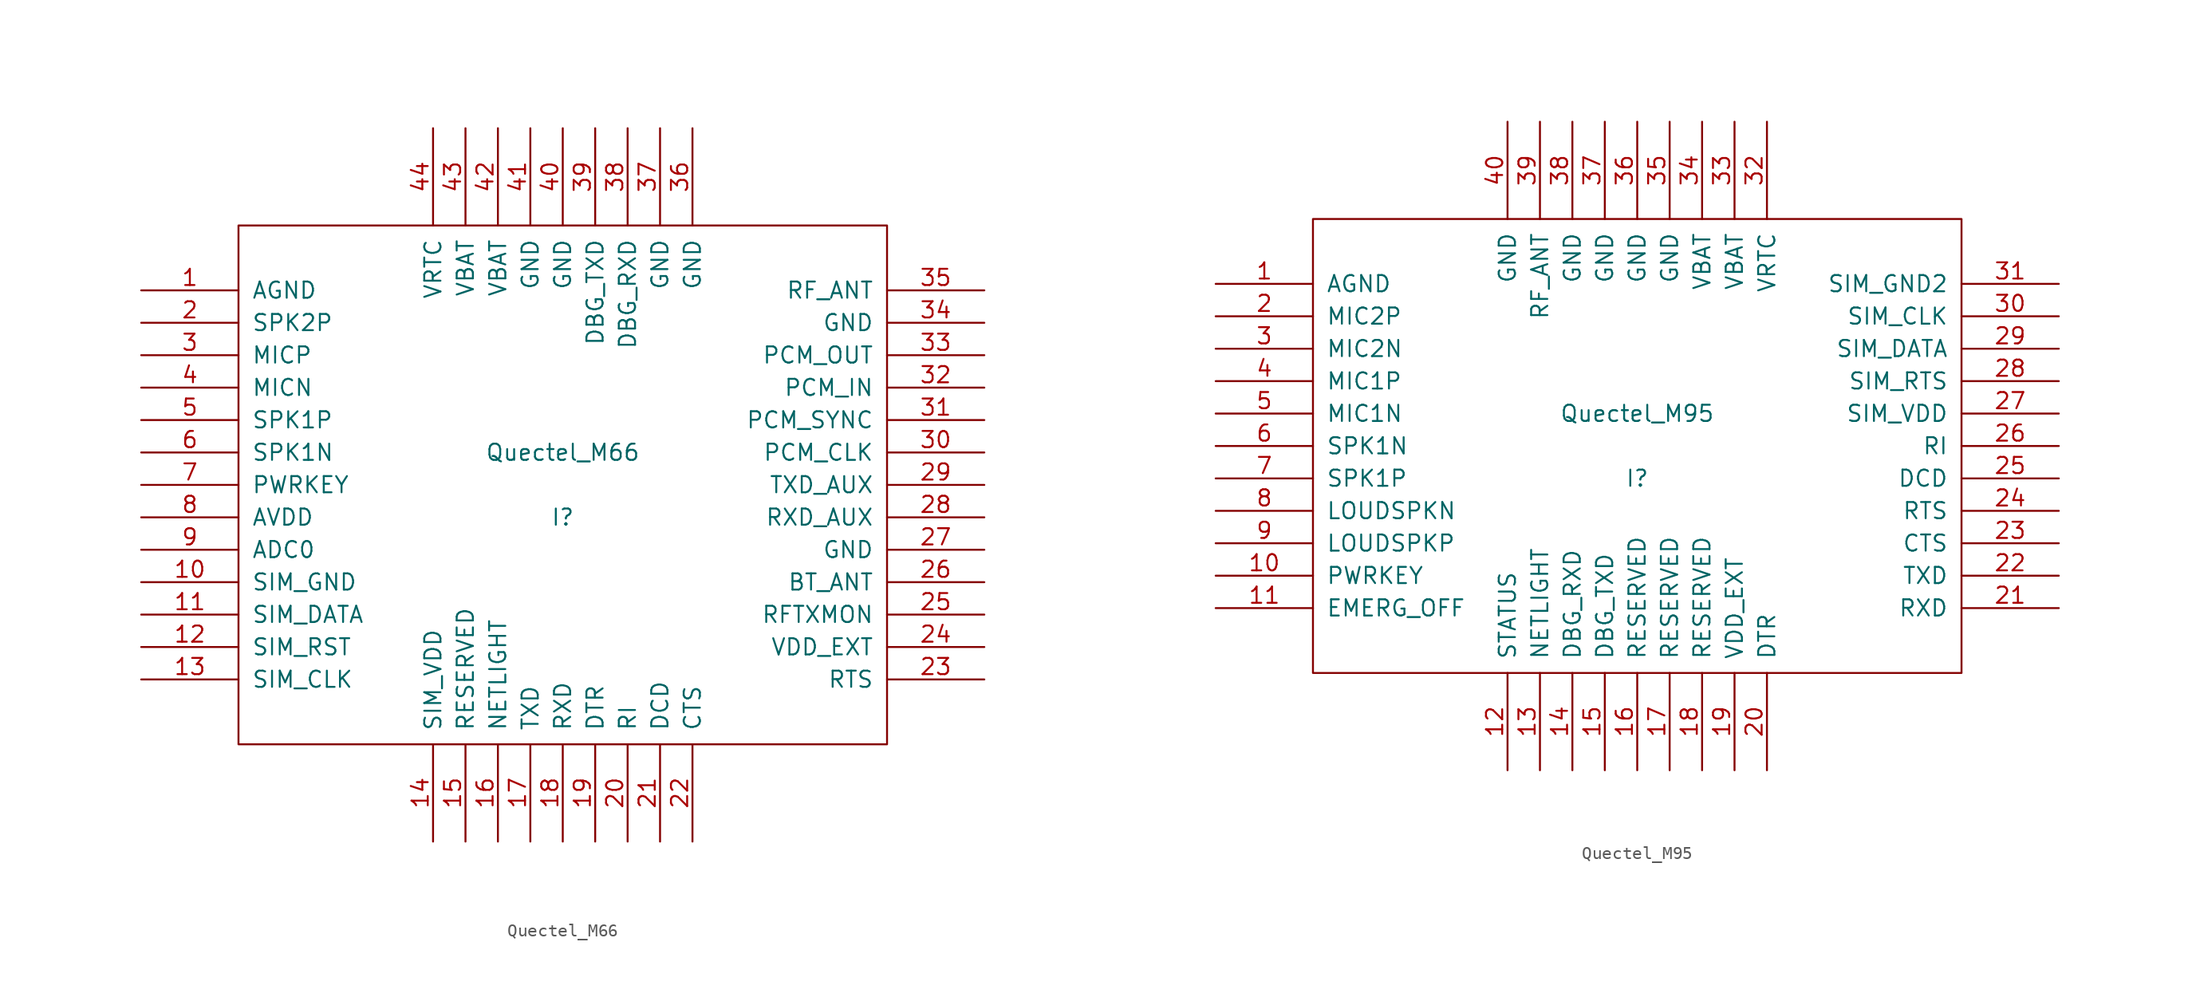
<source format=kicad_sym>
(kicad_symbol_lib
  (version 20231120)
  (generator "kicad_symbol_editor")
  (generator_version "8.0")
  (symbol "Quectel_M66"
    (pin_names
      (offset 1.016))
    (property "Reference" "I"
      (at 0 -2.54 0)
      (effects (font (size 1.27 1.27))))
    (property "Value" "Quectel_M66"
      (at 0 2.54 0)
      (effects (font (size 1.27 1.27))))
    (symbol "Quectel_M66_1_0"
      (rectangle (start -25.4 -20.32) (end 25.4 20.32) (stroke (width 0) (type default)) (fill (type none))))
    (symbol "Quectel_M66_1_1"
      (pin input line (at -33.02 15.24 0) (length 7.62) (name "AGND" (effects (font (size 1.27 1.27)))) (number "1" (effects (font (size 1.27 1.27)))))
      (pin input line (at -33.02 -7.62 0) (length 7.62) (name "SIM_GND" (effects (font (size 1.27 1.27)))) (number "10" (effects (font (size 1.27 1.27)))))
      (pin input line (at -33.02 -10.16 0) (length 7.62) (name "SIM_DATA" (effects (font (size 1.27 1.27)))) (number "11" (effects (font (size 1.27 1.27)))))
      (pin input line (at -33.02 -12.7 0) (length 7.62) (name "SIM_RST" (effects (font (size 1.27 1.27)))) (number "12" (effects (font (size 1.27 1.27)))))
      (pin input line (at -33.02 -15.24 0) (length 7.62) (name "SIM_CLK" (effects (font (size 1.27 1.27)))) (number "13" (effects (font (size 1.27 1.27)))))
      (pin input line (at -10.16 -27.94 90) (length 7.62) (name "SIM_VDD" (effects (font (size 1.27 1.27)))) (number "14" (effects (font (size 1.27 1.27)))))
      (pin input line (at -7.62 -27.94 90) (length 7.62) (name "RESERVED" (effects (font (size 1.27 1.27)))) (number "15" (effects (font (size 1.27 1.27)))))
      (pin input line (at -5.08 -27.94 90) (length 7.62) (name "NETLIGHT" (effects (font (size 1.27 1.27)))) (number "16" (effects (font (size 1.27 1.27)))))
      (pin input line (at -2.54 -27.94 90) (length 7.62) (name "TXD" (effects (font (size 1.27 1.27)))) (number "17" (effects (font (size 1.27 1.27)))))
      (pin input line (at 0 -27.94 90) (length 7.62) (name "RXD" (effects (font (size 1.27 1.27)))) (number "18" (effects (font (size 1.27 1.27)))))
      (pin input line (at 2.54 -27.94 90) (length 7.62) (name "DTR" (effects (font (size 1.27 1.27)))) (number "19" (effects (font (size 1.27 1.27)))))
      (pin input line (at -33.02 12.7 0) (length 7.62) (name "SPK2P" (effects (font (size 1.27 1.27)))) (number "2" (effects (font (size 1.27 1.27)))))
      (pin input line (at 5.08 -27.94 90) (length 7.62) (name "RI" (effects (font (size 1.27 1.27)))) (number "20" (effects (font (size 1.27 1.27)))))
      (pin input line (at 7.62 -27.94 90) (length 7.62) (name "DCD" (effects (font (size 1.27 1.27)))) (number "21" (effects (font (size 1.27 1.27)))))
      (pin input line (at 10.16 -27.94 90) (length 7.62) (name "CTS" (effects (font (size 1.27 1.27)))) (number "22" (effects (font (size 1.27 1.27)))))
      (pin input line (at 33.02 -15.24 180) (length 7.62) (name "RTS" (effects (font (size 1.27 1.27)))) (number "23" (effects (font (size 1.27 1.27)))))
      (pin input line (at 33.02 -12.7 180) (length 7.62) (name "VDD_EXT" (effects (font (size 1.27 1.27)))) (number "24" (effects (font (size 1.27 1.27)))))
      (pin input line (at 33.02 -10.16 180) (length 7.62) (name "RFTXMON" (effects (font (size 1.27 1.27)))) (number "25" (effects (font (size 1.27 1.27)))))
      (pin input line (at 33.02 -7.62 180) (length 7.62) (name "BT_ANT" (effects (font (size 1.27 1.27)))) (number "26" (effects (font (size 1.27 1.27)))))
      (pin input line (at 33.02 -5.08 180) (length 7.62) (name "GND" (effects (font (size 1.27 1.27)))) (number "27" (effects (font (size 1.27 1.27)))))
      (pin input line (at 33.02 -2.54 180) (length 7.62) (name "RXD_AUX" (effects (font (size 1.27 1.27)))) (number "28" (effects (font (size 1.27 1.27)))))
      (pin input line (at 33.02 0 180) (length 7.62) (name "TXD_AUX" (effects (font (size 1.27 1.27)))) (number "29" (effects (font (size 1.27 1.27)))))
      (pin input line (at -33.02 10.16 0) (length 7.62) (name "MICP" (effects (font (size 1.27 1.27)))) (number "3" (effects (font (size 1.27 1.27)))))
      (pin input line (at 33.02 2.54 180) (length 7.62) (name "PCM_CLK" (effects (font (size 1.27 1.27)))) (number "30" (effects (font (size 1.27 1.27)))))
      (pin input line (at 33.02 5.08 180) (length 7.62) (name "PCM_SYNC" (effects (font (size 1.27 1.27)))) (number "31" (effects (font (size 1.27 1.27)))))
      (pin input line (at 33.02 7.62 180) (length 7.62) (name "PCM_IN" (effects (font (size 1.27 1.27)))) (number "32" (effects (font (size 1.27 1.27)))))
      (pin input line (at 33.02 10.16 180) (length 7.62) (name "PCM_OUT" (effects (font (size 1.27 1.27)))) (number "33" (effects (font (size 1.27 1.27)))))
      (pin input line (at 33.02 12.7 180) (length 7.62) (name "GND" (effects (font (size 1.27 1.27)))) (number "34" (effects (font (size 1.27 1.27)))))
      (pin input line (at 33.02 15.24 180) (length 7.62) (name "RF_ANT" (effects (font (size 1.27 1.27)))) (number "35" (effects (font (size 1.27 1.27)))))
      (pin input line (at 10.16 27.94 270) (length 7.62) (name "GND" (effects (font (size 1.27 1.27)))) (number "36" (effects (font (size 1.27 1.27)))))
      (pin input line (at 7.62 27.94 270) (length 7.62) (name "GND" (effects (font (size 1.27 1.27)))) (number "37" (effects (font (size 1.27 1.27)))))
      (pin input line (at 5.08 27.94 270) (length 7.62) (name "DBG_RXD" (effects (font (size 1.27 1.27)))) (number "38" (effects (font (size 1.27 1.27)))))
      (pin input line (at 2.54 27.94 270) (length 7.62) (name "DBG_TXD" (effects (font (size 1.27 1.27)))) (number "39" (effects (font (size 1.27 1.27)))))
      (pin input line (at -33.02 7.62 0) (length 7.62) (name "MICN" (effects (font (size 1.27 1.27)))) (number "4" (effects (font (size 1.27 1.27)))))
      (pin input line (at 0 27.94 270) (length 7.62) (name "GND" (effects (font (size 1.27 1.27)))) (number "40" (effects (font (size 1.27 1.27)))))
      (pin input line (at -2.54 27.94 270) (length 7.62) (name "GND" (effects (font (size 1.27 1.27)))) (number "41" (effects (font (size 1.27 1.27)))))
      (pin input line (at -5.08 27.94 270) (length 7.62) (name "VBAT" (effects (font (size 1.27 1.27)))) (number "42" (effects (font (size 1.27 1.27)))))
      (pin input line (at -7.62 27.94 270) (length 7.62) (name "VBAT" (effects (font (size 1.27 1.27)))) (number "43" (effects (font (size 1.27 1.27)))))
      (pin input line (at -10.16 27.94 270) (length 7.62) (name "VRTC" (effects (font (size 1.27 1.27)))) (number "44" (effects (font (size 1.27 1.27)))))
      (pin input line (at -33.02 5.08 0) (length 7.62) (name "SPK1P" (effects (font (size 1.27 1.27)))) (number "5" (effects (font (size 1.27 1.27)))))
      (pin input line (at -33.02 2.54 0) (length 7.62) (name "SPK1N" (effects (font (size 1.27 1.27)))) (number "6" (effects (font (size 1.27 1.27)))))
      (pin input line (at -33.02 0 0) (length 7.62) (name "PWRKEY" (effects (font (size 1.27 1.27)))) (number "7" (effects (font (size 1.27 1.27)))))
      (pin input line (at -33.02 -2.54 0) (length 7.62) (name "AVDD" (effects (font (size 1.27 1.27)))) (number "8" (effects (font (size 1.27 1.27)))))
      (pin input line (at -33.02 -5.08 0) (length 7.62) (name "ADC0" (effects (font (size 1.27 1.27)))) (number "9" (effects (font (size 1.27 1.27)))))))
  (symbol "Quectel_M95"
    (pin_names
      (offset 1.016))
    (property "Reference" "I"
      (at 0 -2.54 0)
      (effects (font (size 1.27 1.27))))
    (property "Value" "Quectel_M95"
      (at 0 2.54 0)
      (effects (font (size 1.27 1.27))))
    (symbol "Quectel_M95_0_1"
      (rectangle (start -25.4 17.78) (end 25.4 -17.78) (stroke (width 0) (type default)) (fill (type none))))
    (symbol "Quectel_M95_1_1"
      (pin input line (at -33.02 12.7 0) (length 7.62) (name "AGND" (effects (font (size 1.27 1.27)))) (number "1" (effects (font (size 1.27 1.27)))))
      (pin input line (at -33.02 -10.16 0) (length 7.62) (name "PWRKEY" (effects (font (size 1.27 1.27)))) (number "10" (effects (font (size 1.27 1.27)))))
      (pin input line (at -33.02 -12.7 0) (length 7.62) (name "EMERG_OFF" (effects (font (size 1.27 1.27)))) (number "11" (effects (font (size 1.27 1.27)))))
      (pin input line (at -10.16 -25.4 90) (length 7.62) (name "STATUS" (effects (font (size 1.27 1.27)))) (number "12" (effects (font (size 1.27 1.27)))))
      (pin input line (at -7.62 -25.4 90) (length 7.62) (name "NETLIGHT" (effects (font (size 1.27 1.27)))) (number "13" (effects (font (size 1.27 1.27)))))
      (pin input line (at -5.08 -25.4 90) (length 7.62) (name "DBG_RXD" (effects (font (size 1.27 1.27)))) (number "14" (effects (font (size 1.27 1.27)))))
      (pin input line (at -2.54 -25.4 90) (length 7.62) (name "DBG_TXD" (effects (font (size 1.27 1.27)))) (number "15" (effects (font (size 1.27 1.27)))))
      (pin input line (at 0 -25.4 90) (length 7.62) (name "RESERVED" (effects (font (size 1.27 1.27)))) (number "16" (effects (font (size 1.27 1.27)))))
      (pin input line (at 2.54 -25.4 90) (length 7.62) (name "RESERVED" (effects (font (size 1.27 1.27)))) (number "17" (effects (font (size 1.27 1.27)))))
      (pin input line (at 5.08 -25.4 90) (length 7.62) (name "RESERVED" (effects (font (size 1.27 1.27)))) (number "18" (effects (font (size 1.27 1.27)))))
      (pin input line (at 7.62 -25.4 90) (length 7.62) (name "VDD_EXT" (effects (font (size 1.27 1.27)))) (number "19" (effects (font (size 1.27 1.27)))))
      (pin input line (at -33.02 10.16 0) (length 7.62) (name "MIC2P" (effects (font (size 1.27 1.27)))) (number "2" (effects (font (size 1.27 1.27)))))
      (pin input line (at 10.16 -25.4 90) (length 7.62) (name "DTR" (effects (font (size 1.27 1.27)))) (number "20" (effects (font (size 1.27 1.27)))))
      (pin input line (at 33.02 -12.7 180) (length 7.62) (name "RXD" (effects (font (size 1.27 1.27)))) (number "21" (effects (font (size 1.27 1.27)))))
      (pin input line (at 33.02 -10.16 180) (length 7.62) (name "TXD" (effects (font (size 1.27 1.27)))) (number "22" (effects (font (size 1.27 1.27)))))
      (pin input line (at 33.02 -7.62 180) (length 7.62) (name "CTS" (effects (font (size 1.27 1.27)))) (number "23" (effects (font (size 1.27 1.27)))))
      (pin input line (at 33.02 -5.08 180) (length 7.62) (name "RTS" (effects (font (size 1.27 1.27)))) (number "24" (effects (font (size 1.27 1.27)))))
      (pin input line (at 33.02 -2.54 180) (length 7.62) (name "DCD" (effects (font (size 1.27 1.27)))) (number "25" (effects (font (size 1.27 1.27)))))
      (pin input line (at 33.02 0 180) (length 7.62) (name "RI" (effects (font (size 1.27 1.27)))) (number "26" (effects (font (size 1.27 1.27)))))
      (pin input line (at 33.02 2.54 180) (length 7.62) (name "SIM_VDD" (effects (font (size 1.27 1.27)))) (number "27" (effects (font (size 1.27 1.27)))))
      (pin input line (at 33.02 5.08 180) (length 7.62) (name "SIM_RTS" (effects (font (size 1.27 1.27)))) (number "28" (effects (font (size 1.27 1.27)))))
      (pin input line (at 33.02 7.62 180) (length 7.62) (name "SIM_DATA" (effects (font (size 1.27 1.27)))) (number "29" (effects (font (size 1.27 1.27)))))
      (pin input line (at -33.02 7.62 0) (length 7.62) (name "MIC2N" (effects (font (size 1.27 1.27)))) (number "3" (effects (font (size 1.27 1.27)))))
      (pin input line (at 33.02 10.16 180) (length 7.62) (name "SIM_CLK" (effects (font (size 1.27 1.27)))) (number "30" (effects (font (size 1.27 1.27)))))
      (pin input line (at 33.02 12.7 180) (length 7.62) (name "SIM_GND2" (effects (font (size 1.27 1.27)))) (number "31" (effects (font (size 1.27 1.27)))))
      (pin input line (at 10.16 25.4 270) (length 7.62) (name "VRTC" (effects (font (size 1.27 1.27)))) (number "32" (effects (font (size 1.27 1.27)))))
      (pin input line (at 7.62 25.4 270) (length 7.62) (name "VBAT" (effects (font (size 1.27 1.27)))) (number "33" (effects (font (size 1.27 1.27)))))
      (pin input line (at 5.08 25.4 270) (length 7.62) (name "VBAT" (effects (font (size 1.27 1.27)))) (number "34" (effects (font (size 1.27 1.27)))))
      (pin input line (at 2.54 25.4 270) (length 7.62) (name "GND" (effects (font (size 1.27 1.27)))) (number "35" (effects (font (size 1.27 1.27)))))
      (pin input line (at 0 25.4 270) (length 7.62) (name "GND" (effects (font (size 1.27 1.27)))) (number "36" (effects (font (size 1.27 1.27)))))
      (pin input line (at -2.54 25.4 270) (length 7.62) (name "GND" (effects (font (size 1.27 1.27)))) (number "37" (effects (font (size 1.27 1.27)))))
      (pin input line (at -5.08 25.4 270) (length 7.62) (name "GND" (effects (font (size 1.27 1.27)))) (number "38" (effects (font (size 1.27 1.27)))))
      (pin input line (at -7.62 25.4 270) (length 7.62) (name "RF_ANT" (effects (font (size 1.27 1.27)))) (number "39" (effects (font (size 1.27 1.27)))))
      (pin input line (at -33.02 5.08 0) (length 7.62) (name "MIC1P" (effects (font (size 1.27 1.27)))) (number "4" (effects (font (size 1.27 1.27)))))
      (pin input line (at -10.16 25.4 270) (length 7.62) (name "GND" (effects (font (size 1.27 1.27)))) (number "40" (effects (font (size 1.27 1.27)))))
      (pin input line (at -33.02 2.54 0) (length 7.62) (name "MIC1N" (effects (font (size 1.27 1.27)))) (number "5" (effects (font (size 1.27 1.27)))))
      (pin input line (at -33.02 0 0) (length 7.62) (name "SPK1N" (effects (font (size 1.27 1.27)))) (number "6" (effects (font (size 1.27 1.27)))))
      (pin input line (at -33.02 -2.54 0) (length 7.62) (name "SPK1P" (effects (font (size 1.27 1.27)))) (number "7" (effects (font (size 1.27 1.27)))))
      (pin input line (at -33.02 -5.08 0) (length 7.62) (name "LOUDSPKN" (effects (font (size 1.27 1.27)))) (number "8" (effects (font (size 1.27 1.27)))))
      (pin input line (at -33.02 -7.62 0) (length 7.62) (name "LOUDSPKP" (effects (font (size 1.27 1.27)))) (number "9" (effects (font (size 1.27 1.27))))))))
</source>
